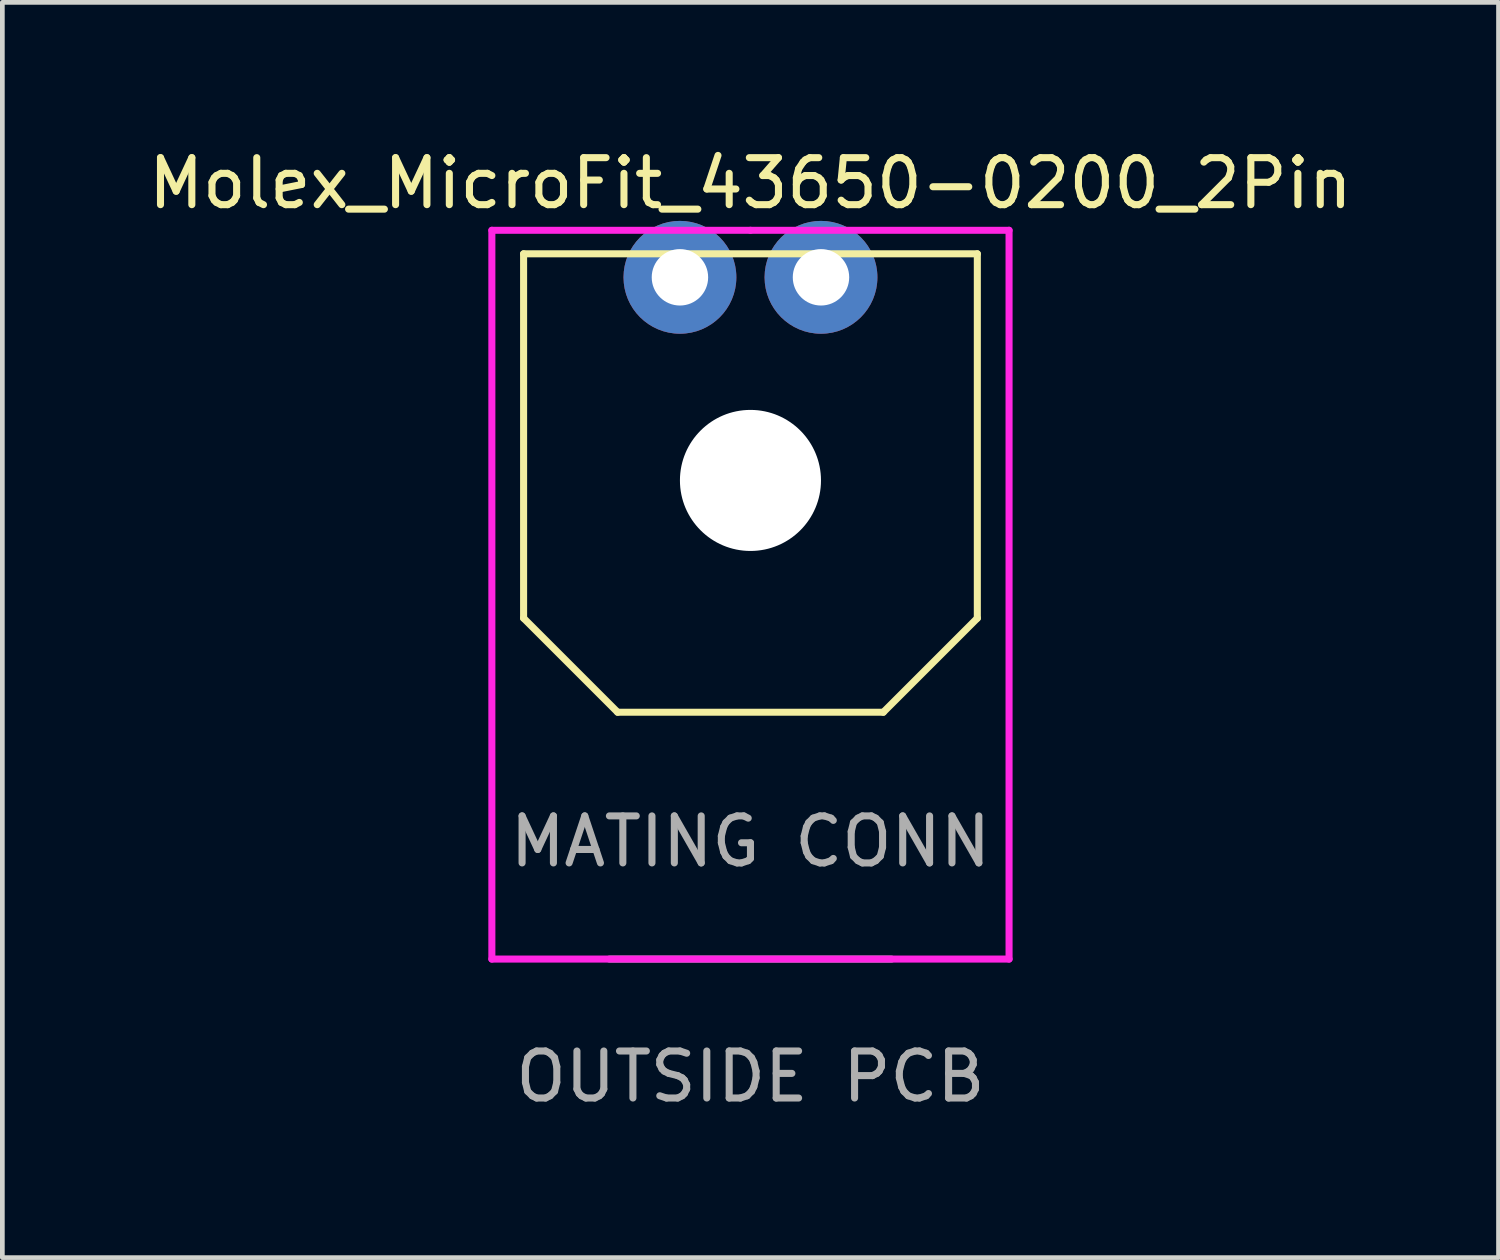
<source format=kicad_pcb>
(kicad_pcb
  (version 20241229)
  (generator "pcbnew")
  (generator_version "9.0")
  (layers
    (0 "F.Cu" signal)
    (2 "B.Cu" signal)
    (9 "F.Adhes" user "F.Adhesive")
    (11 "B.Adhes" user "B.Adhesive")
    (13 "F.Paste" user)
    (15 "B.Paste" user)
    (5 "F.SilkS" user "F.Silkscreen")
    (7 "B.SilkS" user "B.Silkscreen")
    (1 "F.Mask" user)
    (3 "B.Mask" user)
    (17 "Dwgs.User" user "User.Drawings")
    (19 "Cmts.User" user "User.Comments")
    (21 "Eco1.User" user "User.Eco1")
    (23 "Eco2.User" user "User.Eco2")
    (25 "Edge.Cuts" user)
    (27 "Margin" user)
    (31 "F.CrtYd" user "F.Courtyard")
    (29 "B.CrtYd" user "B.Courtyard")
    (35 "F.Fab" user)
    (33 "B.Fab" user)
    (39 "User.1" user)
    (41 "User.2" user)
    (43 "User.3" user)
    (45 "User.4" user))
  (footprint "Molex_MicroFit_43650-0200_2Pin"
    (layer "F.Cu")
    (at 12.911 2.848)
    (property "Reference" "Molex_MicroFit_43650-0200_2Pin" (at 0 -2 0) (layer "F.SilkS") (effects (font (size 1 1) (thickness 0.15))))
    (attr through_hole)
    (fp_line (start -4.825 -0.5) (end 4.825 -0.5) (stroke (width 0.15) (type solid)) (layer "F.SilkS"))
    (fp_line (start -4.825 7.25) (end -4.825 -0.5) (stroke (width 0.15) (type solid)) (layer "F.SilkS"))
    (fp_line (start -2.825 9.25) (end -4.825 7.25) (stroke (width 0.15) (type solid)) (layer "F.SilkS"))
    (fp_line (start 2.825 9.25) (end -2.825 9.25) (stroke (width 0.15) (type solid)) (layer "F.SilkS"))
    (fp_line (start 4.825 -0.5) (end 4.825 7.25) (stroke (width 0.15) (type solid)) (layer "F.SilkS"))
    (fp_line (start 4.825 7.25) (end 2.825 9.25) (stroke (width 0.15) (type solid)) (layer "F.SilkS"))
    (fp_line (start -5.5 -1) (end -5.5 14.5) (stroke (width 0.15) (type solid)) (layer "F.CrtYd"))
    (fp_line (start -5.5 14.5) (end 5.5 14.5) (stroke (width 0.15) (type solid)) (layer "F.CrtYd"))
    (fp_line (start 0 -1) (end -5.5 -1) (stroke (width 0.15) (type solid)) (layer "F.CrtYd"))
    (fp_line (start 5.5 -1) (end 0 -1) (stroke (width 0.15) (type solid)) (layer "F.CrtYd"))
    (fp_line (start 5.5 14.5) (end 5.5 -1) (stroke (width 0.15) (type solid)) (layer "F.CrtYd"))
    (fp_line (start -3 14.5) (end 3 14.5) (stroke (width 0.15) (type solid)) (layer "F.Fab"))
    (fp_text user "MATING CONN" (at 0 12 0) (layer "F.Fab") (effects (font (size 1 1) (thickness 0.15))))
    (fp_text user "OUTSIDE PCB" (at 0 17 0) (layer "F.Fab") (effects (font (size 1 1) (thickness 0.15))))
    (pad "" np_thru_hole circle (at 0 4.32) (size 3 3) (drill 3) (layers "*.Cu" "*.Mask"))
    (pad "1" thru_hole circle (at 1.5 0) (size 2.4 2.4) (drill 1.2) (layers "*.Cu" "*.Mask"))
    (pad "2" thru_hole circle (at -1.5 0) (size 2.4 2.4) (drill 1.2) (layers "*.Cu" "*.Mask")))
  (gr_rect
    (start -3 -3)
    (end 28.821 23.697)
    (stroke (width 0.1) (type default))
    (fill no)
    (layer "Edge.Cuts")))
</source>
